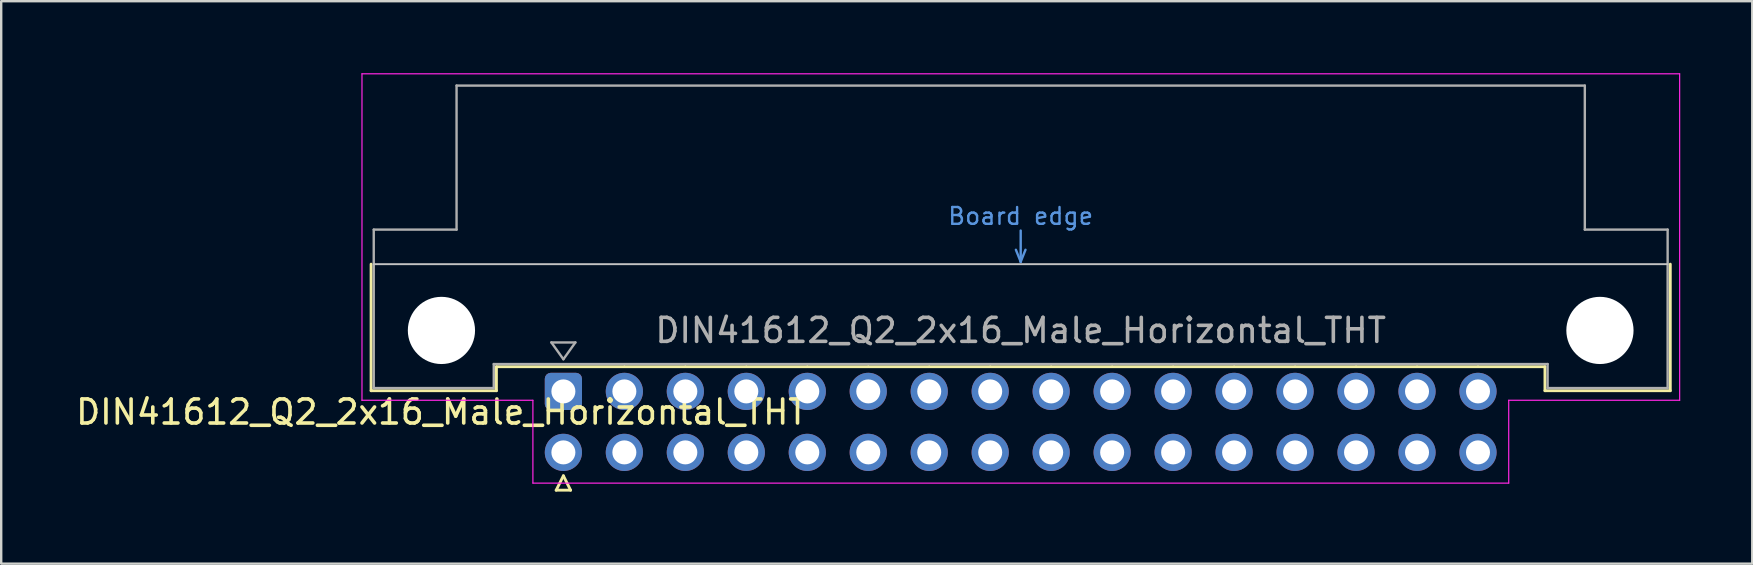
<source format=kicad_pcb>
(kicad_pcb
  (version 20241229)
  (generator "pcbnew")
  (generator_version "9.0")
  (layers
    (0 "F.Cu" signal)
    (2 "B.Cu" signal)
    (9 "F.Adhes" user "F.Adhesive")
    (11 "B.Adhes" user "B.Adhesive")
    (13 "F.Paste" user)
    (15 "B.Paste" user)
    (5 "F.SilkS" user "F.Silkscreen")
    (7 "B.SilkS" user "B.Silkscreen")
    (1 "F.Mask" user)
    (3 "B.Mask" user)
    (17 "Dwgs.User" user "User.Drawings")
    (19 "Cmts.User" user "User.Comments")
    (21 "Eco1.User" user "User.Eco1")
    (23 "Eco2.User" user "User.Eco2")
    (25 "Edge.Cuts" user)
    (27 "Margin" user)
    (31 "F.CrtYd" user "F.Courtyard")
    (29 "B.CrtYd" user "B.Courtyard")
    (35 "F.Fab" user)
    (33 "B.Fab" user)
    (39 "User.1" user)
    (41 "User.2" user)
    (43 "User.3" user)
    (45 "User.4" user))
  (footprint "DIN41612_Q2_2x16_Male_Horizontal_THT"
    (layer "F.Cu")
    (at 20.419 13.255)
    (property "Reference" "DIN41612_Q2_2x16_Male_Horizontal_THT" (at -5.08 0.86 0) (layer "F.SilkS") (effects (font (size 1 1) (thickness 0.15))))
    (attr through_hole)
    (fp_line (start -8.01 -5.3) (end -8.01 -0.03) (stroke (width 0.12) (type solid)) (layer "F.SilkS"))
    (fp_line (start -8.01 -0.03) (end -2.79 -0.03) (stroke (width 0.12) (type solid)) (layer "F.SilkS"))
    (fp_line (start -2.79 -1.03) (end 2.525 -1.03) (stroke (width 0.12) (type solid)) (layer "F.SilkS"))
    (fp_line (start -2.79 -0.03) (end -2.79 -1.03) (stroke (width 0.12) (type solid)) (layer "F.SilkS"))
    (fp_line (start -0.3 4.115) (end 0.3 4.115) (stroke (width 0.12) (type solid)) (layer "F.SilkS"))
    (fp_line (start 0 3.515) (end -0.3 4.115) (stroke (width 0.12) (type solid)) (layer "F.SilkS"))
    (fp_line (start 0.3 4.115) (end 0 3.515) (stroke (width 0.12) (type solid)) (layer "F.SilkS"))
    (fp_line (start 2.556 -1.03) (end 5.065 -1.03) (stroke (width 0.12) (type solid)) (layer "F.SilkS"))
    (fp_line (start 5.096 -1.03) (end 7.605 -1.03) (stroke (width 0.12) (type solid)) (layer "F.SilkS"))
    (fp_line (start 7.636 -1.03) (end 10.145 -1.03) (stroke (width 0.12) (type solid)) (layer "F.SilkS"))
    (fp_line (start 10.176 -1.03) (end 12.685 -1.03) (stroke (width 0.12) (type solid)) (layer "F.SilkS"))
    (fp_line (start 12.716 -1.03) (end 15.225 -1.03) (stroke (width 0.12) (type solid)) (layer "F.SilkS"))
    (fp_line (start 15.256 -1.03) (end 17.765 -1.03) (stroke (width 0.12) (type solid)) (layer "F.SilkS"))
    (fp_line (start 17.796 -1.03) (end 20.305 -1.03) (stroke (width 0.12) (type solid)) (layer "F.SilkS"))
    (fp_line (start 20.336 -1.03) (end 22.845 -1.03) (stroke (width 0.12) (type solid)) (layer "F.SilkS"))
    (fp_line (start 22.876 -1.03) (end 25.385 -1.03) (stroke (width 0.12) (type solid)) (layer "F.SilkS"))
    (fp_line (start 25.416 -1.03) (end 27.925 -1.03) (stroke (width 0.12) (type solid)) (layer "F.SilkS"))
    (fp_line (start 27.956 -1.03) (end 30.465 -1.03) (stroke (width 0.12) (type solid)) (layer "F.SilkS"))
    (fp_line (start 30.496 -1.03) (end 33.005 -1.03) (stroke (width 0.12) (type solid)) (layer "F.SilkS"))
    (fp_line (start 33.036 -1.03) (end 35.545 -1.03) (stroke (width 0.12) (type solid)) (layer "F.SilkS"))
    (fp_line (start 35.576 -1.03) (end 38.085 -1.03) (stroke (width 0.12) (type solid)) (layer "F.SilkS"))
    (fp_line (start 38.116 -1.03) (end 40.89 -1.03) (stroke (width 0.12) (type solid)) (layer "F.SilkS"))
    (fp_line (start 40.89 -0.03) (end 40.89 -1.03) (stroke (width 0.12) (type solid)) (layer "F.SilkS"))
    (fp_line (start 46.11 -5.3) (end 46.11 -0.03) (stroke (width 0.12) (type solid)) (layer "F.SilkS"))
    (fp_line (start 46.11 -0.03) (end 40.89 -0.03) (stroke (width 0.12) (type solid)) (layer "F.SilkS"))
    (fp_line (start -7.9 -5.3) (end 46 -5.3) (stroke (width 0.08) (type solid)) (layer "Dwgs.User"))
    (fp_line (start 18.85 -5.9) (end 19.05 -5.4) (stroke (width 0.1) (type solid)) (layer "Cmts.User"))
    (fp_line (start 19.05 -5.4) (end 19.05 -6.7) (stroke (width 0.1) (type solid)) (layer "Cmts.User"))
    (fp_line (start 19.05 -5.4) (end 19.25 -5.9) (stroke (width 0.1) (type solid)) (layer "Cmts.User"))
    (fp_line (start -8.39 -13.23) (end -8.39 0.37) (stroke (width 0.05) (type solid)) (layer "F.CrtYd"))
    (fp_line (start -8.39 0.37) (end -1.27 0.37) (stroke (width 0.05) (type solid)) (layer "F.CrtYd"))
    (fp_line (start -1.27 0.37) (end -1.27 3.82) (stroke (width 0.05) (type solid)) (layer "F.CrtYd"))
    (fp_line (start -1.27 3.82) (end 39.38 3.82) (stroke (width 0.05) (type solid)) (layer "F.CrtYd"))
    (fp_line (start 39.38 0.37) (end 46.5 0.37) (stroke (width 0.05) (type solid)) (layer "F.CrtYd"))
    (fp_line (start 39.38 3.82) (end 39.38 0.37) (stroke (width 0.05) (type solid)) (layer "F.CrtYd"))
    (fp_line (start 46.5 -13.23) (end -8.39 -13.23) (stroke (width 0.05) (type solid)) (layer "F.CrtYd"))
    (fp_line (start 46.5 0.37) (end 46.5 -13.23) (stroke (width 0.05) (type solid)) (layer "F.CrtYd"))
    (fp_line (start -7.9 -6.74) (end -7.9 -0.14) (stroke (width 0.1) (type solid)) (layer "F.Fab"))
    (fp_line (start -7.9 -0.14) (end -2.9 -0.14) (stroke (width 0.1) (type solid)) (layer "F.Fab"))
    (fp_line (start -4.45 -12.74) (end -4.45 -6.74) (stroke (width 0.1) (type solid)) (layer "F.Fab"))
    (fp_line (start -4.45 -6.74) (end -7.9 -6.74) (stroke (width 0.1) (type solid)) (layer "F.Fab"))
    (fp_line (start -2.9 -1.14) (end 41 -1.14) (stroke (width 0.1) (type solid)) (layer "F.Fab"))
    (fp_line (start -2.9 -0.14) (end -2.9 -1.14) (stroke (width 0.1) (type solid)) (layer "F.Fab"))
    (fp_line (start -0.5 -2.04) (end 0.5 -2.04) (stroke (width 0.1) (type solid)) (layer "F.Fab"))
    (fp_line (start 0 -1.34) (end -0.5 -2.04) (stroke (width 0.1) (type solid)) (layer "F.Fab"))
    (fp_line (start 0.5 -2.04) (end 0 -1.34) (stroke (width 0.1) (type solid)) (layer "F.Fab"))
    (fp_line (start 41 -1.14) (end 41 -0.14) (stroke (width 0.1) (type solid)) (layer "F.Fab"))
    (fp_line (start 41 -0.14) (end 46 -0.14) (stroke (width 0.1) (type solid)) (layer "F.Fab"))
    (fp_line (start 42.55 -12.74) (end -4.45 -12.74) (stroke (width 0.1) (type solid)) (layer "F.Fab"))
    (fp_line (start 42.55 -6.74) (end 42.55 -12.74) (stroke (width 0.1) (type solid)) (layer "F.Fab"))
    (fp_line (start 46 -6.74) (end 42.55 -6.74) (stroke (width 0.1) (type solid)) (layer "F.Fab"))
    (fp_line (start 46 -0.14) (end 46 -6.74) (stroke (width 0.1) (type solid)) (layer "F.Fab"))
    (fp_text user "Board edge" (at 19.05 -7.3 0) (layer "Cmts.User") (effects (font (size 0.7 0.7) (thickness 0.1))))
    (fp_text user "${REFERENCE}" (at 19.05 -2.54 0) (layer "F.Fab") (effects (font (size 1 1) (thickness 0.15))))
    (pad "" np_thru_hole circle (at -5.08 -2.54) (size 2.8 2.8) (drill 2.8) (layers "*.Cu" "*.Mask"))
    (pad "" np_thru_hole circle (at 43.18 -2.54) (size 2.8 2.8) (drill 2.8) (layers "*.Cu" "*.Mask"))
    (pad "a0" thru_hole roundrect (at 0 0) (size 1.55 1.55) (drill 1) (layers "*.Cu" "*.Mask") (roundrect_rratio 0.161))
    (pad "a1" thru_hole circle (at 2.54 0) (size 1.55 1.55) (drill 1) (layers "*.Cu" "*.Mask"))
    (pad "a2" thru_hole circle (at 5.08 0) (size 1.55 1.55) (drill 1) (layers "*.Cu" "*.Mask"))
    (pad "a3" thru_hole circle (at 7.62 0) (size 1.55 1.55) (drill 1) (layers "*.Cu" "*.Mask"))
    (pad "a4" thru_hole circle (at 10.16 0) (size 1.55 1.55) (drill 1) (layers "*.Cu" "*.Mask"))
    (pad "a5" thru_hole circle (at 12.7 0) (size 1.55 1.55) (drill 1) (layers "*.Cu" "*.Mask"))
    (pad "a6" thru_hole circle (at 15.24 0) (size 1.55 1.55) (drill 1) (layers "*.Cu" "*.Mask"))
    (pad "a7" thru_hole circle (at 17.78 0) (size 1.55 1.55) (drill 1) (layers "*.Cu" "*.Mask"))
    (pad "a8" thru_hole circle (at 20.32 0) (size 1.55 1.55) (drill 1) (layers "*.Cu" "*.Mask"))
    (pad "a9" thru_hole circle (at 22.86 0) (size 1.55 1.55) (drill 1) (layers "*.Cu" "*.Mask"))
    (pad "a10" thru_hole circle (at 25.4 0) (size 1.55 1.55) (drill 1) (layers "*.Cu" "*.Mask"))
    (pad "a11" thru_hole circle (at 27.94 0) (size 1.55 1.55) (drill 1) (layers "*.Cu" "*.Mask"))
    (pad "a12" thru_hole circle (at 30.48 0) (size 1.55 1.55) (drill 1) (layers "*.Cu" "*.Mask"))
    (pad "a13" thru_hole circle (at 33.02 0) (size 1.55 1.55) (drill 1) (layers "*.Cu" "*.Mask"))
    (pad "a14" thru_hole circle (at 35.56 0) (size 1.55 1.55) (drill 1) (layers "*.Cu" "*.Mask"))
    (pad "a15" thru_hole circle (at 38.1 0) (size 1.55 1.55) (drill 1) (layers "*.Cu" "*.Mask"))
    (pad "b0" thru_hole circle (at 0 2.54) (size 1.55 1.55) (drill 1) (layers "*.Cu" "*.Mask"))
    (pad "b1" thru_hole circle (at 2.54 2.54) (size 1.55 1.55) (drill 1) (layers "*.Cu" "*.Mask"))
    (pad "b2" thru_hole circle (at 5.08 2.54) (size 1.55 1.55) (drill 1) (layers "*.Cu" "*.Mask"))
    (pad "b3" thru_hole circle (at 7.62 2.54) (size 1.55 1.55) (drill 1) (layers "*.Cu" "*.Mask"))
    (pad "b4" thru_hole circle (at 10.16 2.54) (size 1.55 1.55) (drill 1) (layers "*.Cu" "*.Mask"))
    (pad "b5" thru_hole circle (at 12.7 2.54) (size 1.55 1.55) (drill 1) (layers "*.Cu" "*.Mask"))
    (pad "b6" thru_hole circle (at 15.24 2.54) (size 1.55 1.55) (drill 1) (layers "*.Cu" "*.Mask"))
    (pad "b7" thru_hole circle (at 17.78 2.54) (size 1.55 1.55) (drill 1) (layers "*.Cu" "*.Mask"))
    (pad "b8" thru_hole circle (at 20.32 2.54) (size 1.55 1.55) (drill 1) (layers "*.Cu" "*.Mask"))
    (pad "b9" thru_hole circle (at 22.86 2.54) (size 1.55 1.55) (drill 1) (layers "*.Cu" "*.Mask"))
    (pad "b10" thru_hole circle (at 25.4 2.54) (size 1.55 1.55) (drill 1) (layers "*.Cu" "*.Mask"))
    (pad "b11" thru_hole circle (at 27.94 2.54) (size 1.55 1.55) (drill 1) (layers "*.Cu" "*.Mask"))
    (pad "b12" thru_hole circle (at 30.48 2.54) (size 1.55 1.55) (drill 1) (layers "*.Cu" "*.Mask"))
    (pad "b13" thru_hole circle (at 33.02 2.54) (size 1.55 1.55) (drill 1) (layers "*.Cu" "*.Mask"))
    (pad "b14" thru_hole circle (at 35.56 2.54) (size 1.55 1.55) (drill 1) (layers "*.Cu" "*.Mask"))
    (pad "b15" thru_hole circle (at 38.1 2.54) (size 1.55 1.55) (drill 1) (layers "*.Cu" "*.Mask")))
  (gr_rect
    (start -3 -3)
    (end 69.944 20.43)
    (stroke (width 0.1) (type default))
    (fill no)
    (layer "Edge.Cuts")))
</source>
